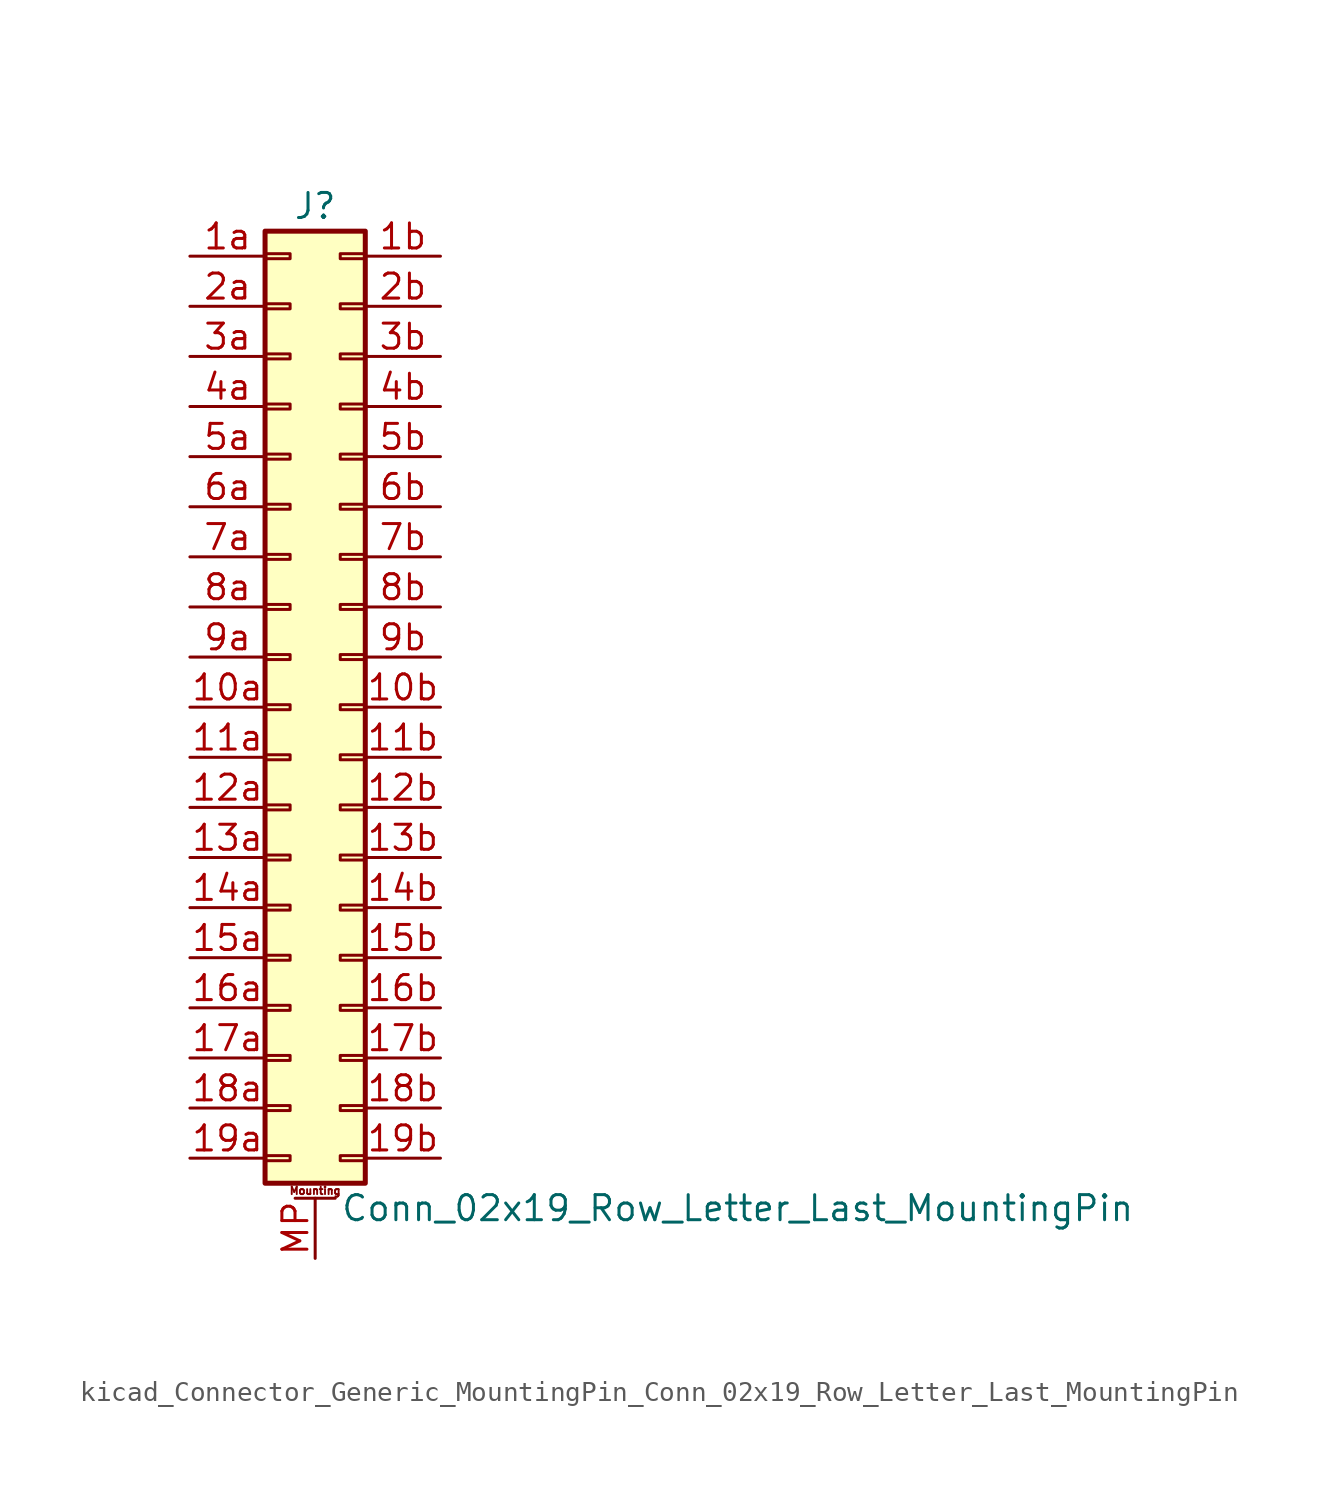
<source format=kicad_sym>
(kicad_symbol_lib
  (version 20220914)
  (generator kicad_symbol_editor)
  (symbol "kicad_Connector_Generic_MountingPin_Conn_02x19_Row_Letter_Last_MountingPin"
    (pin_names
      (offset 1.016) hide)
    (property "Reference" "J"
      (at 1.27 25.4 0)
      (effects (font (size 1.27 1.27))))
    (property "Value" "Conn_02x19_Row_Letter_Last_MountingPin"
      (at 2.54 -25.4 0)
      (effects (font (size 1.27 1.27)) (justify left)))
    (symbol "kicad_Connector_Generic_MountingPin_Conn_02x19_Row_Letter_Last_MountingPin_1_1"
      (rectangle (start -1.27 -22.733) (end 0 -22.987) (stroke (width 0.152) (type default)) (fill (type none)))
      (rectangle (start -1.27 -20.193) (end 0 -20.447) (stroke (width 0.152) (type default)) (fill (type none)))
      (rectangle (start -1.27 -17.653) (end 0 -17.907) (stroke (width 0.152) (type default)) (fill (type none)))
      (rectangle (start -1.27 -15.113) (end 0 -15.367) (stroke (width 0.152) (type default)) (fill (type none)))
      (rectangle (start -1.27 -12.573) (end 0 -12.827) (stroke (width 0.152) (type default)) (fill (type none)))
      (rectangle (start -1.27 -10.033) (end 0 -10.287) (stroke (width 0.152) (type default)) (fill (type none)))
      (rectangle (start -1.27 -7.493) (end 0 -7.747) (stroke (width 0.152) (type default)) (fill (type none)))
      (rectangle (start -1.27 -4.953) (end 0 -5.207) (stroke (width 0.152) (type default)) (fill (type none)))
      (rectangle (start -1.27 -2.413) (end 0 -2.667) (stroke (width 0.152) (type default)) (fill (type none)))
      (rectangle (start -1.27 0.127) (end 0 -0.127) (stroke (width 0.152) (type default)) (fill (type none)))
      (rectangle (start -1.27 2.667) (end 0 2.413) (stroke (width 0.152) (type default)) (fill (type none)))
      (rectangle (start -1.27 5.207) (end 0 4.953) (stroke (width 0.152) (type default)) (fill (type none)))
      (rectangle (start -1.27 7.747) (end 0 7.493) (stroke (width 0.152) (type default)) (fill (type none)))
      (rectangle (start -1.27 10.287) (end 0 10.033) (stroke (width 0.152) (type default)) (fill (type none)))
      (rectangle (start -1.27 12.827) (end 0 12.573) (stroke (width 0.152) (type default)) (fill (type none)))
      (rectangle (start -1.27 15.367) (end 0 15.113) (stroke (width 0.152) (type default)) (fill (type none)))
      (rectangle (start -1.27 17.907) (end 0 17.653) (stroke (width 0.152) (type default)) (fill (type none)))
      (rectangle (start -1.27 20.447) (end 0 20.193) (stroke (width 0.152) (type default)) (fill (type none)))
      (rectangle (start -1.27 22.987) (end 0 22.733) (stroke (width 0.152) (type default)) (fill (type none)))
      (rectangle (start -1.27 24.13) (end 3.81 -24.13) (stroke (width 0.254) (type default)) (fill (type background)))
      (polyline (pts (xy 0.254 -24.892) (xy 2.286 -24.892)) (stroke (width 0.152) (type default)) (fill (type none)))
      (rectangle (start 3.81 -22.733) (end 2.54 -22.987) (stroke (width 0.152) (type default)) (fill (type none)))
      (rectangle (start 3.81 -20.193) (end 2.54 -20.447) (stroke (width 0.152) (type default)) (fill (type none)))
      (rectangle (start 3.81 -17.653) (end 2.54 -17.907) (stroke (width 0.152) (type default)) (fill (type none)))
      (rectangle (start 3.81 -15.113) (end 2.54 -15.367) (stroke (width 0.152) (type default)) (fill (type none)))
      (rectangle (start 3.81 -12.573) (end 2.54 -12.827) (stroke (width 0.152) (type default)) (fill (type none)))
      (rectangle (start 3.81 -10.033) (end 2.54 -10.287) (stroke (width 0.152) (type default)) (fill (type none)))
      (rectangle (start 3.81 -7.493) (end 2.54 -7.747) (stroke (width 0.152) (type default)) (fill (type none)))
      (rectangle (start 3.81 -4.953) (end 2.54 -5.207) (stroke (width 0.152) (type default)) (fill (type none)))
      (rectangle (start 3.81 -2.413) (end 2.54 -2.667) (stroke (width 0.152) (type default)) (fill (type none)))
      (rectangle (start 3.81 0.127) (end 2.54 -0.127) (stroke (width 0.152) (type default)) (fill (type none)))
      (rectangle (start 3.81 2.667) (end 2.54 2.413) (stroke (width 0.152) (type default)) (fill (type none)))
      (rectangle (start 3.81 5.207) (end 2.54 4.953) (stroke (width 0.152) (type default)) (fill (type none)))
      (rectangle (start 3.81 7.747) (end 2.54 7.493) (stroke (width 0.152) (type default)) (fill (type none)))
      (rectangle (start 3.81 10.287) (end 2.54 10.033) (stroke (width 0.152) (type default)) (fill (type none)))
      (rectangle (start 3.81 12.827) (end 2.54 12.573) (stroke (width 0.152) (type default)) (fill (type none)))
      (rectangle (start 3.81 15.367) (end 2.54 15.113) (stroke (width 0.152) (type default)) (fill (type none)))
      (rectangle (start 3.81 17.907) (end 2.54 17.653) (stroke (width 0.152) (type default)) (fill (type none)))
      (rectangle (start 3.81 20.447) (end 2.54 20.193) (stroke (width 0.152) (type default)) (fill (type none)))
      (rectangle (start 3.81 22.987) (end 2.54 22.733) (stroke (width 0.152) (type default)) (fill (type none)))
      (text "Mounting" (at 1.27 -24.511 0) (effects (font (size 0.381 0.381))))
      (pin passive line (at -5.08 0 0) (length 3.81) (name "Pin_10a" (effects (font (size 1.27 1.27)))) (number "10a" (effects (font (size 1.27 1.27)))))
      (pin passive line (at 7.62 0 180) (length 3.81) (name "Pin_10b" (effects (font (size 1.27 1.27)))) (number "10b" (effects (font (size 1.27 1.27)))))
      (pin passive line (at -5.08 -2.54 0) (length 3.81) (name "Pin_11a" (effects (font (size 1.27 1.27)))) (number "11a" (effects (font (size 1.27 1.27)))))
      (pin passive line (at 7.62 -2.54 180) (length 3.81) (name "Pin_11b" (effects (font (size 1.27 1.27)))) (number "11b" (effects (font (size 1.27 1.27)))))
      (pin passive line (at -5.08 -5.08 0) (length 3.81) (name "Pin_12a" (effects (font (size 1.27 1.27)))) (number "12a" (effects (font (size 1.27 1.27)))))
      (pin passive line (at 7.62 -5.08 180) (length 3.81) (name "Pin_12b" (effects (font (size 1.27 1.27)))) (number "12b" (effects (font (size 1.27 1.27)))))
      (pin passive line (at -5.08 -7.62 0) (length 3.81) (name "Pin_13a" (effects (font (size 1.27 1.27)))) (number "13a" (effects (font (size 1.27 1.27)))))
      (pin passive line (at 7.62 -7.62 180) (length 3.81) (name "Pin_13b" (effects (font (size 1.27 1.27)))) (number "13b" (effects (font (size 1.27 1.27)))))
      (pin passive line (at -5.08 -10.16 0) (length 3.81) (name "Pin_14a" (effects (font (size 1.27 1.27)))) (number "14a" (effects (font (size 1.27 1.27)))))
      (pin passive line (at 7.62 -10.16 180) (length 3.81) (name "Pin_14b" (effects (font (size 1.27 1.27)))) (number "14b" (effects (font (size 1.27 1.27)))))
      (pin passive line (at -5.08 -12.7 0) (length 3.81) (name "Pin_15a" (effects (font (size 1.27 1.27)))) (number "15a" (effects (font (size 1.27 1.27)))))
      (pin passive line (at 7.62 -12.7 180) (length 3.81) (name "Pin_15b" (effects (font (size 1.27 1.27)))) (number "15b" (effects (font (size 1.27 1.27)))))
      (pin passive line (at -5.08 -15.24 0) (length 3.81) (name "Pin_16a" (effects (font (size 1.27 1.27)))) (number "16a" (effects (font (size 1.27 1.27)))))
      (pin passive line (at 7.62 -15.24 180) (length 3.81) (name "Pin_16b" (effects (font (size 1.27 1.27)))) (number "16b" (effects (font (size 1.27 1.27)))))
      (pin passive line (at -5.08 -17.78 0) (length 3.81) (name "Pin_17a" (effects (font (size 1.27 1.27)))) (number "17a" (effects (font (size 1.27 1.27)))))
      (pin passive line (at 7.62 -17.78 180) (length 3.81) (name "Pin_17b" (effects (font (size 1.27 1.27)))) (number "17b" (effects (font (size 1.27 1.27)))))
      (pin passive line (at -5.08 -20.32 0) (length 3.81) (name "Pin_18a" (effects (font (size 1.27 1.27)))) (number "18a" (effects (font (size 1.27 1.27)))))
      (pin passive line (at 7.62 -20.32 180) (length 3.81) (name "Pin_18b" (effects (font (size 1.27 1.27)))) (number "18b" (effects (font (size 1.27 1.27)))))
      (pin passive line (at -5.08 -22.86 0) (length 3.81) (name "Pin_19a" (effects (font (size 1.27 1.27)))) (number "19a" (effects (font (size 1.27 1.27)))))
      (pin passive line (at 7.62 -22.86 180) (length 3.81) (name "Pin_19b" (effects (font (size 1.27 1.27)))) (number "19b" (effects (font (size 1.27 1.27)))))
      (pin passive line (at -5.08 22.86 0) (length 3.81) (name "Pin_1a" (effects (font (size 1.27 1.27)))) (number "1a" (effects (font (size 1.27 1.27)))))
      (pin passive line (at 7.62 22.86 180) (length 3.81) (name "Pin_1b" (effects (font (size 1.27 1.27)))) (number "1b" (effects (font (size 1.27 1.27)))))
      (pin passive line (at -5.08 20.32 0) (length 3.81) (name "Pin_2a" (effects (font (size 1.27 1.27)))) (number "2a" (effects (font (size 1.27 1.27)))))
      (pin passive line (at 7.62 20.32 180) (length 3.81) (name "Pin_2b" (effects (font (size 1.27 1.27)))) (number "2b" (effects (font (size 1.27 1.27)))))
      (pin passive line (at -5.08 17.78 0) (length 3.81) (name "Pin_3a" (effects (font (size 1.27 1.27)))) (number "3a" (effects (font (size 1.27 1.27)))))
      (pin passive line (at 7.62 17.78 180) (length 3.81) (name "Pin_3b" (effects (font (size 1.27 1.27)))) (number "3b" (effects (font (size 1.27 1.27)))))
      (pin passive line (at -5.08 15.24 0) (length 3.81) (name "Pin_4a" (effects (font (size 1.27 1.27)))) (number "4a" (effects (font (size 1.27 1.27)))))
      (pin passive line (at 7.62 15.24 180) (length 3.81) (name "Pin_4b" (effects (font (size 1.27 1.27)))) (number "4b" (effects (font (size 1.27 1.27)))))
      (pin passive line (at -5.08 12.7 0) (length 3.81) (name "Pin_5a" (effects (font (size 1.27 1.27)))) (number "5a" (effects (font (size 1.27 1.27)))))
      (pin passive line (at 7.62 12.7 180) (length 3.81) (name "Pin_5b" (effects (font (size 1.27 1.27)))) (number "5b" (effects (font (size 1.27 1.27)))))
      (pin passive line (at -5.08 10.16 0) (length 3.81) (name "Pin_6a" (effects (font (size 1.27 1.27)))) (number "6a" (effects (font (size 1.27 1.27)))))
      (pin passive line (at 7.62 10.16 180) (length 3.81) (name "Pin_6b" (effects (font (size 1.27 1.27)))) (number "6b" (effects (font (size 1.27 1.27)))))
      (pin passive line (at -5.08 7.62 0) (length 3.81) (name "Pin_7a" (effects (font (size 1.27 1.27)))) (number "7a" (effects (font (size 1.27 1.27)))))
      (pin passive line (at 7.62 7.62 180) (length 3.81) (name "Pin_7b" (effects (font (size 1.27 1.27)))) (number "7b" (effects (font (size 1.27 1.27)))))
      (pin passive line (at -5.08 5.08 0) (length 3.81) (name "Pin_8a" (effects (font (size 1.27 1.27)))) (number "8a" (effects (font (size 1.27 1.27)))))
      (pin passive line (at 7.62 5.08 180) (length 3.81) (name "Pin_8b" (effects (font (size 1.27 1.27)))) (number "8b" (effects (font (size 1.27 1.27)))))
      (pin passive line (at -5.08 2.54 0) (length 3.81) (name "Pin_9a" (effects (font (size 1.27 1.27)))) (number "9a" (effects (font (size 1.27 1.27)))))
      (pin passive line (at 7.62 2.54 180) (length 3.81) (name "Pin_9b" (effects (font (size 1.27 1.27)))) (number "9b" (effects (font (size 1.27 1.27)))))
      (pin passive line (at 1.27 -27.94 90) (length 3.048) (name "MountPin" (effects (font (size 1.27 1.27)))) (number "MP" (effects (font (size 1.27 1.27))))))))
</source>
